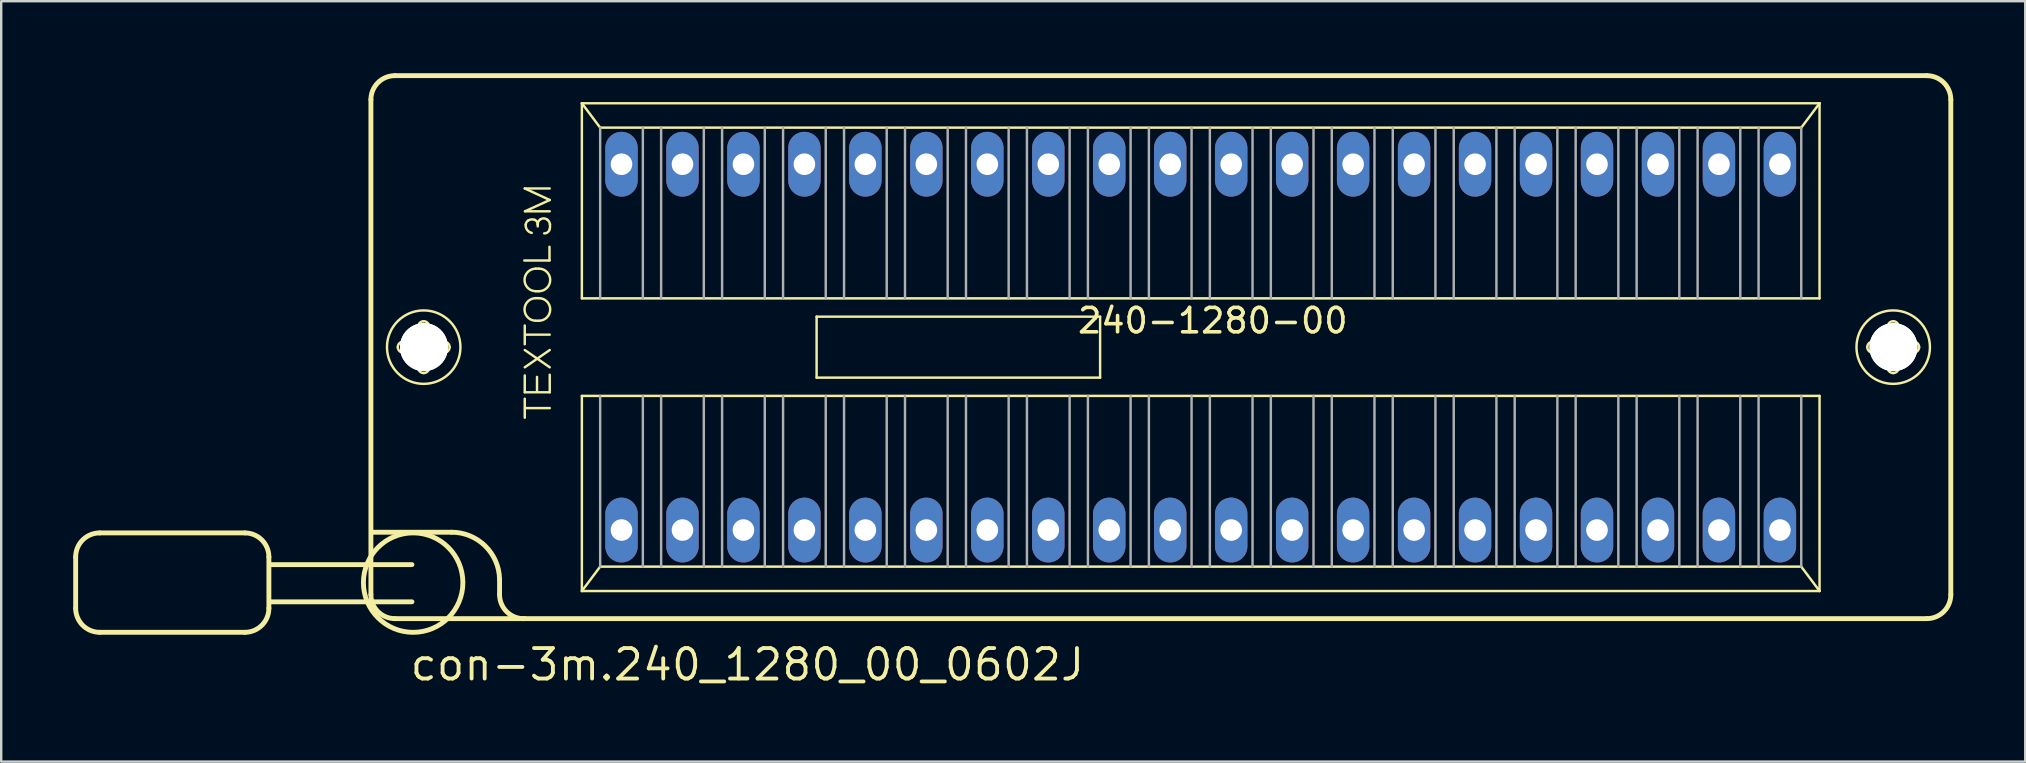
<source format=kicad_pcb>
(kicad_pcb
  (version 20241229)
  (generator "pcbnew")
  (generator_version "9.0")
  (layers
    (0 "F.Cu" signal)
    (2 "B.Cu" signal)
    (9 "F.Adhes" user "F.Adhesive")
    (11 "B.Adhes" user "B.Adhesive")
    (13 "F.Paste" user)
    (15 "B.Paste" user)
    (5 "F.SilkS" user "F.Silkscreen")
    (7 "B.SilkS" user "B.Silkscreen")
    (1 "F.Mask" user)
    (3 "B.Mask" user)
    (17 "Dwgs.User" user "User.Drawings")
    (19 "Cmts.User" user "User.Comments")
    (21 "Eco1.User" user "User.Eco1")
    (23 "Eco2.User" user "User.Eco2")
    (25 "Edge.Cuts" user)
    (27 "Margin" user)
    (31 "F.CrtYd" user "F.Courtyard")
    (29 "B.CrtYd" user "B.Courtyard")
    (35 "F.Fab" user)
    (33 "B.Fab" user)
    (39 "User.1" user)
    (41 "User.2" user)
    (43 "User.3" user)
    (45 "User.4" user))
  (footprint "con-3m.240_1280_00_0602J"
    (layer "F.Cu")
    (at 46.972 11.412)
    (property "Reference" "con-3m.240_1280_00_0602J" (at -33.02 13.97 0) (layer "F.SilkS") (effects (font (size 1.27 1.27) (thickness 0.16)) (justify left bottom)))
    (attr through_hole)
    (fp_line (start -46.87 8.74) (end -46.87 10.88) (stroke (width 0.203) (type default)) (layer "F.SilkS"))
    (fp_line (start -45.87 7.74) (end -39.82 7.74) (stroke (width 0.203) (type default)) (layer "F.SilkS"))
    (fp_line (start -39.82 11.88) (end -45.87 11.88) (stroke (width 0.203) (type default)) (layer "F.SilkS"))
    (fp_line (start -38.82 8.74) (end -38.82 10.88) (stroke (width 0.203) (type default)) (layer "F.SilkS"))
    (fp_line (start -34.57 10.31) (end -34.57 -10.31) (stroke (width 0.203) (type default)) (layer "F.SilkS"))
    (fp_line (start -34.46 7.71) (end -31.21 7.71) (stroke (width 0.203) (type default)) (layer "F.SilkS"))
    (fp_line (start -33.57 -11.31) (end 30.25 -11.31) (stroke (width 0.203) (type default)) (layer "F.SilkS"))
    (fp_line (start -33.22 -0.23) (end -32.67 -0.23) (stroke (width 0.102) (type default)) (layer "F.SilkS"))
    (fp_line (start -32.86 9.06) (end -38.77 9.06) (stroke (width 0.203) (type default)) (layer "F.SilkS"))
    (fp_line (start -32.86 10.61) (end -38.77 10.61) (stroke (width 0.203) (type default)) (layer "F.SilkS"))
    (fp_line (start -32.68 0.23) (end -33.22 0.23) (stroke (width 0.102) (type default)) (layer "F.SilkS"))
    (fp_line (start -32.6 -0.31) (end -32.6 -0.85) (stroke (width 0.102) (type default)) (layer "F.SilkS"))
    (fp_line (start -32.6 0.85) (end -32.6 0.3) (stroke (width 0.102) (type default)) (layer "F.SilkS"))
    (fp_line (start -32.14 -0.85) (end -32.14 -0.3) (stroke (width 0.102) (type default)) (layer "F.SilkS"))
    (fp_line (start -32.14 0.31) (end -32.14 0.85) (stroke (width 0.102) (type default)) (layer "F.SilkS"))
    (fp_line (start -32.06 -0.23) (end -31.52 -0.23) (stroke (width 0.102) (type default)) (layer "F.SilkS"))
    (fp_line (start -31.52 0.23) (end -32.07 0.23) (stroke (width 0.102) (type default)) (layer "F.SilkS"))
    (fp_line (start -29.21 9.66) (end -29.21 10.31) (stroke (width 0.203) (type default)) (layer "F.SilkS"))
    (fp_line (start -28.18 -3.61) (end -27.13 -3.61) (stroke (width 0.102) (type default)) (layer "F.SilkS"))
    (fp_line (start -28.16 -6.61) (end -27.12 -6.61) (stroke (width 0.102) (type default)) (layer "F.SilkS"))
    (fp_line (start -28.16 -0.12) (end -28.16 -0.9) (stroke (width 0.102) (type default)) (layer "F.SilkS"))
    (fp_line (start -28.16 0.12) (end -27.12 0.84) (stroke (width 0.102) (type default)) (layer "F.SilkS"))
    (fp_line (start -28.16 0.84) (end -27.12 0.12) (stroke (width 0.102) (type default)) (layer "F.SilkS"))
    (fp_line (start -28.16 1.18) (end -28.16 1.88) (stroke (width 0.102) (type default)) (layer "F.SilkS"))
    (fp_line (start -28.16 1.88) (end -27.12 1.88) (stroke (width 0.102) (type default)) (layer "F.SilkS"))
    (fp_line (start -28.16 2.94) (end -28.16 2.15) (stroke (width 0.102) (type default)) (layer "F.SilkS"))
    (fp_line (start -28.15 -5.66) (end -27.12 -6.13) (stroke (width 0.102) (type default)) (layer "F.SilkS"))
    (fp_line (start -28.15 2.54) (end -27.12 2.54) (stroke (width 0.102) (type default)) (layer "F.SilkS"))
    (fp_line (start -28.14 -0.52) (end -27.12 -0.52) (stroke (width 0.102) (type default)) (layer "F.SilkS"))
    (fp_line (start -27.7 -3.27) (end -27.57 -3.27) (stroke (width 0.102) (type default)) (layer "F.SilkS"))
    (fp_line (start -27.7 -2.33) (end -27.57 -2.33) (stroke (width 0.102) (type default)) (layer "F.SilkS"))
    (fp_line (start -27.7 -2.04) (end -27.57 -2.04) (stroke (width 0.102) (type default)) (layer "F.SilkS"))
    (fp_line (start -27.7 -1.1) (end -27.57 -1.1) (stroke (width 0.102) (type default)) (layer "F.SilkS"))
    (fp_line (start -27.65 1.24) (end -27.65 1.84) (stroke (width 0.102) (type default)) (layer "F.SilkS"))
    (fp_line (start -27.62 -5.03) (end -27.62 -5.12) (stroke (width 0.102) (type default)) (layer "F.SilkS"))
    (fp_line (start -27.13 -3.61) (end -27.13 -4.18) (stroke (width 0.102) (type default)) (layer "F.SilkS"))
    (fp_line (start -27.12 -6.13) (end -28.16 -6.61) (stroke (width 0.102) (type default)) (layer "F.SilkS"))
    (fp_line (start -27.12 -5.66) (end -28.15 -5.66) (stroke (width 0.102) (type default)) (layer "F.SilkS"))
    (fp_line (start -27.12 1.88) (end -27.12 1.15) (stroke (width 0.102) (type default)) (layer "F.SilkS"))
    (fp_line (start -25.781 -10.16) (end 25.781 -10.16) (stroke (width 0.102) (type default)) (layer "F.SilkS"))
    (fp_line (start -25.781 -2.032) (end -25.781 -10.16) (stroke (width 0.102) (type default)) (layer "F.SilkS"))
    (fp_line (start -25.781 2.032) (end 25.781 2.032) (stroke (width 0.102) (type default)) (layer "F.SilkS"))
    (fp_line (start -25.781 10.16) (end -25.781 2.032) (stroke (width 0.102) (type default)) (layer "F.SilkS"))
    (fp_line (start -25.781 10.16) (end -25.019 9.144) (stroke (width 0.102) (type default)) (layer "F.SilkS"))
    (fp_line (start -25.019 -9.144) (end -25.781 -10.16) (stroke (width 0.102) (type default)) (layer "F.SilkS"))
    (fp_line (start -25.019 9.144) (end 25.019 9.144) (stroke (width 0.102) (type default)) (layer "F.SilkS"))
    (fp_line (start -16.002 -1.27) (end -4.191 -1.27) (stroke (width 0.102) (type default)) (layer "F.SilkS"))
    (fp_line (start -16.002 1.27) (end -16.002 -1.27) (stroke (width 0.102) (type default)) (layer "F.SilkS"))
    (fp_line (start -4.191 -1.27) (end -4.191 1.27) (stroke (width 0.102) (type default)) (layer "F.SilkS"))
    (fp_line (start -4.191 1.27) (end -16.002 1.27) (stroke (width 0.102) (type default)) (layer "F.SilkS"))
    (fp_line (start 25.019 -9.144) (end -25.019 -9.144) (stroke (width 0.102) (type default)) (layer "F.SilkS"))
    (fp_line (start 25.019 9.144) (end 25.781 10.16) (stroke (width 0.102) (type default)) (layer "F.SilkS"))
    (fp_line (start 25.781 -10.16) (end 25.019 -9.144) (stroke (width 0.102) (type default)) (layer "F.SilkS"))
    (fp_line (start 25.781 -10.16) (end 25.781 -2.032) (stroke (width 0.102) (type default)) (layer "F.SilkS"))
    (fp_line (start 25.781 -2.032) (end -25.781 -2.032) (stroke (width 0.102) (type default)) (layer "F.SilkS"))
    (fp_line (start 25.781 2.032) (end 25.781 10.16) (stroke (width 0.102) (type default)) (layer "F.SilkS"))
    (fp_line (start 25.781 10.16) (end -25.781 10.16) (stroke (width 0.102) (type default)) (layer "F.SilkS"))
    (fp_line (start 28 -0.23) (end 28.55 -0.23) (stroke (width 0.102) (type default)) (layer "F.SilkS"))
    (fp_line (start 28.54 0.23) (end 28 0.23) (stroke (width 0.102) (type default)) (layer "F.SilkS"))
    (fp_line (start 28.62 -0.31) (end 28.62 -0.85) (stroke (width 0.102) (type default)) (layer "F.SilkS"))
    (fp_line (start 28.62 0.85) (end 28.62 0.3) (stroke (width 0.102) (type default)) (layer "F.SilkS"))
    (fp_line (start 29.08 -0.85) (end 29.08 -0.3) (stroke (width 0.102) (type default)) (layer "F.SilkS"))
    (fp_line (start 29.08 0.31) (end 29.08 0.85) (stroke (width 0.102) (type default)) (layer "F.SilkS"))
    (fp_line (start 29.16 -0.23) (end 29.7 -0.23) (stroke (width 0.102) (type default)) (layer "F.SilkS"))
    (fp_line (start 29.7 0.23) (end 29.15 0.23) (stroke (width 0.102) (type default)) (layer "F.SilkS"))
    (fp_line (start 30.25 11.31) (end -33.57 11.31) (stroke (width 0.203) (type default)) (layer "F.SilkS"))
    (fp_line (start 31.25 -10.31) (end 31.25 10.31) (stroke (width 0.203) (type default)) (layer "F.SilkS"))
    (fp_arc (start -46.87 8.74) (mid -46.577107 8.032893) (end -45.87 7.74) (stroke (width 0.2032) (type default)) (layer "F.SilkS"))
    (fp_arc (start -45.87 11.88) (mid -46.577107 11.587107) (end -46.87 10.88) (stroke (width 0.2032) (type default)) (layer "F.SilkS"))
    (fp_arc (start -39.82 7.74) (mid -39.112893 8.032893) (end -38.82 8.74) (stroke (width 0.2032) (type default)) (layer "F.SilkS"))
    (fp_arc (start -38.82 10.88) (mid -39.112893 11.587107) (end -39.82 11.88) (stroke (width 0.2032) (type default)) (layer "F.SilkS"))
    (fp_arc (start -34.57 -10.31) (mid -34.277107 -11.017107) (end -33.57 -11.31) (stroke (width 0.2032) (type default)) (layer "F.SilkS"))
    (fp_arc (start -33.57 11.31) (mid -34.277107 11.017107) (end -34.57 10.31) (stroke (width 0.2032) (type default)) (layer "F.SilkS"))
    (fp_arc (start -33.45 0) (mid -33.382635 -0.162635) (end -33.22 -0.23) (stroke (width 0.1016) (type default)) (layer "F.SilkS"))
    (fp_arc (start -33.22 0.23) (mid -33.382635 0.162635) (end -33.45 0) (stroke (width 0.1016) (type default)) (layer "F.SilkS"))
    (fp_arc (start -32.68 0.23) (mid -32.630503 0.250503) (end -32.61 0.3) (stroke (width 0.1016) (type default)) (layer "F.SilkS"))
    (fp_arc (start -32.6 -0.85) (mid -32.532635 -1.012635) (end -32.37 -1.08) (stroke (width 0.1016) (type default)) (layer "F.SilkS"))
    (fp_arc (start -32.6 -0.3) (mid -32.620503 -0.250503) (end -32.67 -0.23) (stroke (width 0.1016) (type default)) (layer "F.SilkS"))
    (fp_arc (start -32.37 -1.08) (mid -32.207365 -1.012635) (end -32.14 -0.85) (stroke (width 0.1016) (type default)) (layer "F.SilkS"))
    (fp_arc (start -32.37 1.08) (mid -32.532635 1.012635) (end -32.6 0.85) (stroke (width 0.1016) (type default)) (layer "F.SilkS"))
    (fp_arc (start -32.14 0.3) (mid -32.119497 0.250503) (end -32.07 0.23) (stroke (width 0.1016) (type default)) (layer "F.SilkS"))
    (fp_arc (start -32.14 0.85) (mid -32.207365 1.012635) (end -32.37 1.08) (stroke (width 0.1016) (type default)) (layer "F.SilkS"))
    (fp_arc (start -32.07 -0.23) (mid -32.119497 -0.250503) (end -32.14 -0.3) (stroke (width 0.1016) (type default)) (layer "F.SilkS"))
    (fp_arc (start -31.52 -0.23) (mid -31.357365 -0.162635) (end -31.29 0) (stroke (width 0.1016) (type default)) (layer "F.SilkS"))
    (fp_arc (start -31.29 0) (mid -31.357365 0.162635) (end -31.52 0.23) (stroke (width 0.1016) (type default)) (layer "F.SilkS"))
    (fp_arc (start -31.21 7.71) (mid -29.813341 8.27817) (end -29.21 9.66) (stroke (width 0.2032) (type default)) (layer "F.SilkS"))
    (fp_arc (start -28.16 11.31) (mid -28.899286 11.035) (end -29.21 10.31) (stroke (width 0.2032) (type default)) (layer "F.SilkS"))
    (fp_arc (start -28.12 -5.11) (mid -28.084621 -5.207696) (end -28.01 -5.28) (stroke (width 0.1016) (type default)) (layer "F.SilkS"))
    (fp_arc (start -28.01 -5.28) (mid -27.877382 -5.322157) (end -27.74 -5.3) (stroke (width 0.1016) (type default)) (layer "F.SilkS"))
    (fp_arc (start -27.87 -4.76) (mid -28.06297 -4.88645) (end -28.12 -5.11) (stroke (width 0.1016) (type default)) (layer "F.SilkS"))
    (fp_arc (start -27.74 -5.3) (mid -27.65275 -5.228167) (end -27.62 -5.12) (stroke (width 0.1016) (type default)) (layer "F.SilkS"))
    (fp_arc (start -27.7 -2.33) (mid -28.17 -2.8) (end -27.7 -3.27) (stroke (width 0.1016) (type default)) (layer "F.SilkS"))
    (fp_arc (start -27.7 -1.1) (mid -28.17 -1.57) (end -27.7 -2.04) (stroke (width 0.1016) (type default)) (layer "F.SilkS"))
    (fp_arc (start -27.62 -5.12) (mid -27.587891 -5.240938) (end -27.5 -5.33) (stroke (width 0.1016) (type default)) (layer "F.SilkS"))
    (fp_arc (start -27.57 -3.27) (mid -27.1 -2.8) (end -27.57 -2.33) (stroke (width 0.1016) (type default)) (layer "F.SilkS"))
    (fp_arc (start -27.57 -2.04) (mid -27.1 -1.57) (end -27.57 -1.1) (stroke (width 0.1016) (type default)) (layer "F.SilkS"))
    (fp_arc (start -27.5 -5.33) (mid -27.356886 -5.363595) (end -27.22 -5.31) (stroke (width 0.1016) (type default)) (layer "F.SilkS"))
    (fp_arc (start -27.22 -5.31) (mid -27.145084 -5.220954) (end -27.11 -5.11) (stroke (width 0.1016) (type default)) (layer "F.SilkS"))
    (fp_arc (start -27.12 -4.92) (mid -27.202524 -4.788503) (end -27.35 -4.74) (stroke (width 0.1016) (type default)) (layer "F.SilkS"))
    (fp_arc (start -27.11 -5.11) (mid -27.107277 -5.014594) (end -27.12 -4.92) (stroke (width 0.1016) (type default)) (layer "F.SilkS"))
    (fp_arc (start 27.77 0) (mid 27.837365 -0.162635) (end 28 -0.23) (stroke (width 0.1016) (type default)) (layer "F.SilkS"))
    (fp_arc (start 28 0.23) (mid 27.837365 0.162635) (end 27.77 0) (stroke (width 0.1016) (type default)) (layer "F.SilkS"))
    (fp_arc (start 28.54 0.23) (mid 28.589497 0.250503) (end 28.61 0.3) (stroke (width 0.1016) (type default)) (layer "F.SilkS"))
    (fp_arc (start 28.62 -0.85) (mid 28.687365 -1.012635) (end 28.85 -1.08) (stroke (width 0.1016) (type default)) (layer "F.SilkS"))
    (fp_arc (start 28.62 -0.3) (mid 28.599497 -0.250503) (end 28.55 -0.23) (stroke (width 0.1016) (type default)) (layer "F.SilkS"))
    (fp_arc (start 28.85 -1.08) (mid 29.012635 -1.012635) (end 29.08 -0.85) (stroke (width 0.1016) (type default)) (layer "F.SilkS"))
    (fp_arc (start 28.85 1.08) (mid 28.687365 1.012635) (end 28.62 0.85) (stroke (width 0.1016) (type default)) (layer "F.SilkS"))
    (fp_arc (start 29.08 0.3) (mid 29.100503 0.250503) (end 29.15 0.23) (stroke (width 0.1016) (type default)) (layer "F.SilkS"))
    (fp_arc (start 29.08 0.85) (mid 29.012635 1.012635) (end 28.85 1.08) (stroke (width 0.1016) (type default)) (layer "F.SilkS"))
    (fp_arc (start 29.15 -0.23) (mid 29.100503 -0.250503) (end 29.08 -0.3) (stroke (width 0.1016) (type default)) (layer "F.SilkS"))
    (fp_arc (start 29.7 -0.23) (mid 29.862635 -0.162635) (end 29.93 0) (stroke (width 0.1016) (type default)) (layer "F.SilkS"))
    (fp_arc (start 29.93 0) (mid 29.862635 0.162635) (end 29.7 0.23) (stroke (width 0.1016) (type default)) (layer "F.SilkS"))
    (fp_arc (start 30.25 -11.31) (mid 30.957107 -11.017107) (end 31.25 -10.31) (stroke (width 0.2032) (type default)) (layer "F.SilkS"))
    (fp_arc (start 31.25 10.31) (mid 30.957107 11.017107) (end 30.25 11.31) (stroke (width 0.2032) (type default)) (layer "F.SilkS"))
    (fp_circle (center -32.81 9.81) (end -30.738 9.81) (stroke (width 0.203) (type default)) (fill no) (layer "F.SilkS"))
    (fp_circle (center -32.37 0) (end -30.84 0) (stroke (width 0.102) (type default)) (fill no) (layer "F.SilkS"))
    (fp_circle (center 28.85 0) (end 30.38 0) (stroke (width 0.102) (type default)) (fill no) (layer "F.SilkS"))
    (fp_line (start -25.019 -9.144) (end -25.019 -2.032) (stroke (width 0.102) (type default)) (layer "F.Fab"))
    (fp_line (start -25.019 2.032) (end -25.019 9.144) (stroke (width 0.102) (type default)) (layer "F.Fab"))
    (fp_line (start -23.241 -2.032) (end -23.241 -9.144) (stroke (width 0.102) (type default)) (layer "F.Fab"))
    (fp_line (start -23.241 2.032) (end -23.241 9.144) (stroke (width 0.102) (type default)) (layer "F.Fab"))
    (fp_line (start -22.479 -2.032) (end -22.479 -9.144) (stroke (width 0.102) (type default)) (layer "F.Fab"))
    (fp_line (start -22.479 2.032) (end -22.479 9.144) (stroke (width 0.102) (type default)) (layer "F.Fab"))
    (fp_line (start -20.701 -2.032) (end -20.701 -9.144) (stroke (width 0.102) (type default)) (layer "F.Fab"))
    (fp_line (start -20.701 2.032) (end -20.701 9.144) (stroke (width 0.102) (type default)) (layer "F.Fab"))
    (fp_line (start -19.939 -2.032) (end -19.939 -9.144) (stroke (width 0.102) (type default)) (layer "F.Fab"))
    (fp_line (start -19.939 2.032) (end -19.939 9.144) (stroke (width 0.102) (type default)) (layer "F.Fab"))
    (fp_line (start -18.161 -2.032) (end -18.161 -9.144) (stroke (width 0.102) (type default)) (layer "F.Fab"))
    (fp_line (start -18.161 2.032) (end -18.161 9.144) (stroke (width 0.102) (type default)) (layer "F.Fab"))
    (fp_line (start -17.399 -2.032) (end -17.399 -9.144) (stroke (width 0.102) (type default)) (layer "F.Fab"))
    (fp_line (start -17.399 2.032) (end -17.399 9.144) (stroke (width 0.102) (type default)) (layer "F.Fab"))
    (fp_line (start -15.621 -2.032) (end -15.621 -9.144) (stroke (width 0.102) (type default)) (layer "F.Fab"))
    (fp_line (start -15.621 2.032) (end -15.621 9.144) (stroke (width 0.102) (type default)) (layer "F.Fab"))
    (fp_line (start -14.859 -2.032) (end -14.859 -9.144) (stroke (width 0.102) (type default)) (layer "F.Fab"))
    (fp_line (start -14.859 2.032) (end -14.859 9.144) (stroke (width 0.102) (type default)) (layer "F.Fab"))
    (fp_line (start -13.081 -2.032) (end -13.081 -9.144) (stroke (width 0.102) (type default)) (layer "F.Fab"))
    (fp_line (start -13.081 2.032) (end -13.081 9.144) (stroke (width 0.102) (type default)) (layer "F.Fab"))
    (fp_line (start -12.319 -2.032) (end -12.319 -9.144) (stroke (width 0.102) (type default)) (layer "F.Fab"))
    (fp_line (start -12.319 2.032) (end -12.319 9.144) (stroke (width 0.102) (type default)) (layer "F.Fab"))
    (fp_line (start -10.541 -2.032) (end -10.541 -9.144) (stroke (width 0.102) (type default)) (layer "F.Fab"))
    (fp_line (start -10.541 2.032) (end -10.541 9.144) (stroke (width 0.102) (type default)) (layer "F.Fab"))
    (fp_line (start -9.779 -2.032) (end -9.779 -9.144) (stroke (width 0.102) (type default)) (layer "F.Fab"))
    (fp_line (start -9.779 2.032) (end -9.779 9.144) (stroke (width 0.102) (type default)) (layer "F.Fab"))
    (fp_line (start -8.001 -2.032) (end -8.001 -9.144) (stroke (width 0.102) (type default)) (layer "F.Fab"))
    (fp_line (start -8.001 2.032) (end -8.001 9.144) (stroke (width 0.102) (type default)) (layer "F.Fab"))
    (fp_line (start -7.239 -2.032) (end -7.239 -9.144) (stroke (width 0.102) (type default)) (layer "F.Fab"))
    (fp_line (start -7.239 2.032) (end -7.239 9.144) (stroke (width 0.102) (type default)) (layer "F.Fab"))
    (fp_line (start -5.461 -2.032) (end -5.461 -9.144) (stroke (width 0.102) (type default)) (layer "F.Fab"))
    (fp_line (start -5.461 2.032) (end -5.461 9.144) (stroke (width 0.102) (type default)) (layer "F.Fab"))
    (fp_line (start -4.699 -2.032) (end -4.699 -9.144) (stroke (width 0.102) (type default)) (layer "F.Fab"))
    (fp_line (start -4.699 2.032) (end -4.699 9.144) (stroke (width 0.102) (type default)) (layer "F.Fab"))
    (fp_line (start -2.921 -2.032) (end -2.921 -9.144) (stroke (width 0.102) (type default)) (layer "F.Fab"))
    (fp_line (start -2.921 2.032) (end -2.921 9.144) (stroke (width 0.102) (type default)) (layer "F.Fab"))
    (fp_line (start -2.159 -2.032) (end -2.159 -9.144) (stroke (width 0.102) (type default)) (layer "F.Fab"))
    (fp_line (start -2.159 2.032) (end -2.159 9.144) (stroke (width 0.102) (type default)) (layer "F.Fab"))
    (fp_line (start -0.381 -2.032) (end -0.381 -9.144) (stroke (width 0.102) (type default)) (layer "F.Fab"))
    (fp_line (start -0.381 2.032) (end -0.381 9.144) (stroke (width 0.102) (type default)) (layer "F.Fab"))
    (fp_line (start 0.381 -2.032) (end 0.381 -9.144) (stroke (width 0.102) (type default)) (layer "F.Fab"))
    (fp_line (start 0.381 2.032) (end 0.381 9.144) (stroke (width 0.102) (type default)) (layer "F.Fab"))
    (fp_line (start 2.159 -2.032) (end 2.159 -9.144) (stroke (width 0.102) (type default)) (layer "F.Fab"))
    (fp_line (start 2.159 2.032) (end 2.159 9.144) (stroke (width 0.102) (type default)) (layer "F.Fab"))
    (fp_line (start 2.921 -2.032) (end 2.921 -9.144) (stroke (width 0.102) (type default)) (layer "F.Fab"))
    (fp_line (start 2.921 2.032) (end 2.921 9.144) (stroke (width 0.102) (type default)) (layer "F.Fab"))
    (fp_line (start 4.699 -2.032) (end 4.699 -9.144) (stroke (width 0.102) (type default)) (layer "F.Fab"))
    (fp_line (start 4.699 2.032) (end 4.699 9.144) (stroke (width 0.102) (type default)) (layer "F.Fab"))
    (fp_line (start 5.461 -2.032) (end 5.461 -9.144) (stroke (width 0.102) (type default)) (layer "F.Fab"))
    (fp_line (start 5.461 2.032) (end 5.461 9.144) (stroke (width 0.102) (type default)) (layer "F.Fab"))
    (fp_line (start 7.239 -2.032) (end 7.239 -9.144) (stroke (width 0.102) (type default)) (layer "F.Fab"))
    (fp_line (start 7.239 2.032) (end 7.239 9.144) (stroke (width 0.102) (type default)) (layer "F.Fab"))
    (fp_line (start 8.001 -2.032) (end 8.001 -9.144) (stroke (width 0.102) (type default)) (layer "F.Fab"))
    (fp_line (start 8.001 2.032) (end 8.001 9.144) (stroke (width 0.102) (type default)) (layer "F.Fab"))
    (fp_line (start 9.779 -2.032) (end 9.779 -9.144) (stroke (width 0.102) (type default)) (layer "F.Fab"))
    (fp_line (start 9.779 2.032) (end 9.779 9.144) (stroke (width 0.102) (type default)) (layer "F.Fab"))
    (fp_line (start 10.541 -2.032) (end 10.541 -9.144) (stroke (width 0.102) (type default)) (layer "F.Fab"))
    (fp_line (start 10.541 2.032) (end 10.541 9.144) (stroke (width 0.102) (type default)) (layer "F.Fab"))
    (fp_line (start 12.319 -2.032) (end 12.319 -9.144) (stroke (width 0.102) (type default)) (layer "F.Fab"))
    (fp_line (start 12.319 2.032) (end 12.319 9.144) (stroke (width 0.102) (type default)) (layer "F.Fab"))
    (fp_line (start 13.081 -2.032) (end 13.081 -9.144) (stroke (width 0.102) (type default)) (layer "F.Fab"))
    (fp_line (start 13.081 2.032) (end 13.081 9.144) (stroke (width 0.102) (type default)) (layer "F.Fab"))
    (fp_line (start 14.859 -2.032) (end 14.859 -9.144) (stroke (width 0.102) (type default)) (layer "F.Fab"))
    (fp_line (start 14.859 2.032) (end 14.859 9.144) (stroke (width 0.102) (type default)) (layer "F.Fab"))
    (fp_line (start 15.621 -2.032) (end 15.621 -9.144) (stroke (width 0.102) (type default)) (layer "F.Fab"))
    (fp_line (start 15.621 2.032) (end 15.621 9.144) (stroke (width 0.102) (type default)) (layer "F.Fab"))
    (fp_line (start 17.399 -2.032) (end 17.399 -9.144) (stroke (width 0.102) (type default)) (layer "F.Fab"))
    (fp_line (start 17.399 2.032) (end 17.399 9.144) (stroke (width 0.102) (type default)) (layer "F.Fab"))
    (fp_line (start 18.161 -2.032) (end 18.161 -9.144) (stroke (width 0.102) (type default)) (layer "F.Fab"))
    (fp_line (start 18.161 2.032) (end 18.161 9.144) (stroke (width 0.102) (type default)) (layer "F.Fab"))
    (fp_line (start 19.939 -2.032) (end 19.939 -9.144) (stroke (width 0.102) (type default)) (layer "F.Fab"))
    (fp_line (start 19.939 2.032) (end 19.939 9.144) (stroke (width 0.102) (type default)) (layer "F.Fab"))
    (fp_line (start 20.701 -2.032) (end 20.701 -9.144) (stroke (width 0.102) (type default)) (layer "F.Fab"))
    (fp_line (start 20.701 2.032) (end 20.701 9.144) (stroke (width 0.102) (type default)) (layer "F.Fab"))
    (fp_line (start 22.479 -2.032) (end 22.479 -9.144) (stroke (width 0.102) (type default)) (layer "F.Fab"))
    (fp_line (start 22.479 2.032) (end 22.479 9.144) (stroke (width 0.102) (type default)) (layer "F.Fab"))
    (fp_line (start 23.241 -2.032) (end 23.241 -9.144) (stroke (width 0.102) (type default)) (layer "F.Fab"))
    (fp_line (start 23.241 2.032) (end 23.241 9.144) (stroke (width 0.102) (type default)) (layer "F.Fab"))
    (fp_line (start 25.019 -2.032) (end 25.019 -9.144) (stroke (width 0.102) (type default)) (layer "F.Fab"))
    (fp_line (start 25.019 9.144) (end 25.019 2.032) (stroke (width 0.102) (type default)) (layer "F.Fab"))
    (fp_text user "240-1280-00" (at -5.207 -0.508 180) (layer "F.SilkS") (effects (font (size 1.016 1.016) (thickness 0.15)) (justify left bottom)))
    (pad "" np_thru_hole circle (at -32.36 0) (size 2 2) (drill 2) (layers "*.Cu" "*.Mask"))
    (pad "" np_thru_hole circle (at -32.36 0) (size 2 2) (drill 2) (layers "*.Cu" "*.Mask"))
    (pad "" np_thru_hole circle (at 28.86 0) (size 2 2) (drill 2) (layers "*.Cu" "*.Mask"))
    (pad "" np_thru_hole circle (at 28.86 0) (size 2 2) (drill 2) (layers "*.Cu" "*.Mask"))
    (pad "1" thru_hole oval (at -24.13 7.62 90) (size 2.7 1.35) (drill 0.9) (layers "*.Cu" "*.Mask"))
    (pad "2" thru_hole oval (at -21.59 7.62 90) (size 2.7 1.35) (drill 0.9) (layers "*.Cu" "*.Mask"))
    (pad "3" thru_hole oval (at -19.05 7.62 90) (size 2.7 1.35) (drill 0.9) (layers "*.Cu" "*.Mask"))
    (pad "4" thru_hole oval (at -16.51 7.62 90) (size 2.7 1.35) (drill 0.9) (layers "*.Cu" "*.Mask"))
    (pad "5" thru_hole oval (at -13.97 7.62 90) (size 2.7 1.35) (drill 0.9) (layers "*.Cu" "*.Mask"))
    (pad "6" thru_hole oval (at -11.43 7.62 90) (size 2.7 1.35) (drill 0.9) (layers "*.Cu" "*.Mask"))
    (pad "7" thru_hole oval (at -8.89 7.62 90) (size 2.7 1.35) (drill 0.9) (layers "*.Cu" "*.Mask"))
    (pad "8" thru_hole oval (at -6.35 7.62 90) (size 2.7 1.35) (drill 0.9) (layers "*.Cu" "*.Mask"))
    (pad "9" thru_hole oval (at -3.81 7.62 90) (size 2.7 1.35) (drill 0.9) (layers "*.Cu" "*.Mask"))
    (pad "10" thru_hole oval (at -1.27 7.62 90) (size 2.7 1.35) (drill 0.9) (layers "*.Cu" "*.Mask"))
    (pad "11" thru_hole oval (at 1.27 7.62 90) (size 2.7 1.35) (drill 0.9) (layers "*.Cu" "*.Mask"))
    (pad "12" thru_hole oval (at 3.81 7.62 90) (size 2.7 1.35) (drill 0.9) (layers "*.Cu" "*.Mask"))
    (pad "13" thru_hole oval (at 6.35 7.62 90) (size 2.7 1.35) (drill 0.9) (layers "*.Cu" "*.Mask"))
    (pad "14" thru_hole oval (at 8.89 7.62 90) (size 2.7 1.35) (drill 0.9) (layers "*.Cu" "*.Mask"))
    (pad "15" thru_hole oval (at 11.43 7.62 90) (size 2.7 1.35) (drill 0.9) (layers "*.Cu" "*.Mask"))
    (pad "16" thru_hole oval (at 13.97 7.62 90) (size 2.7 1.35) (drill 0.9) (layers "*.Cu" "*.Mask"))
    (pad "17" thru_hole oval (at 16.51 7.62 90) (size 2.7 1.35) (drill 0.9) (layers "*.Cu" "*.Mask"))
    (pad "18" thru_hole oval (at 19.05 7.62 90) (size 2.7 1.35) (drill 0.9) (layers "*.Cu" "*.Mask"))
    (pad "19" thru_hole oval (at 21.59 7.62 90) (size 2.7 1.35) (drill 0.9) (layers "*.Cu" "*.Mask"))
    (pad "20" thru_hole oval (at 24.13 7.62 90) (size 2.7 1.35) (drill 0.9) (layers "*.Cu" "*.Mask"))
    (pad "21" thru_hole oval (at 24.13 -7.62 90) (size 2.7 1.35) (drill 0.9) (layers "*.Cu" "*.Mask"))
    (pad "22" thru_hole oval (at 21.59 -7.62 90) (size 2.7 1.35) (drill 0.9) (layers "*.Cu" "*.Mask"))
    (pad "23" thru_hole oval (at 19.05 -7.62 90) (size 2.7 1.35) (drill 0.9) (layers "*.Cu" "*.Mask"))
    (pad "24" thru_hole oval (at 16.51 -7.62 90) (size 2.7 1.35) (drill 0.9) (layers "*.Cu" "*.Mask"))
    (pad "25" thru_hole oval (at 13.97 -7.62 90) (size 2.7 1.35) (drill 0.9) (layers "*.Cu" "*.Mask"))
    (pad "26" thru_hole oval (at 11.43 -7.62 90) (size 2.7 1.35) (drill 0.9) (layers "*.Cu" "*.Mask"))
    (pad "27" thru_hole oval (at 8.89 -7.62 90) (size 2.7 1.35) (drill 0.9) (layers "*.Cu" "*.Mask"))
    (pad "28" thru_hole oval (at 6.35 -7.62 90) (size 2.7 1.35) (drill 0.9) (layers "*.Cu" "*.Mask"))
    (pad "29" thru_hole oval (at 3.81 -7.62 90) (size 2.7 1.35) (drill 0.9) (layers "*.Cu" "*.Mask"))
    (pad "30" thru_hole oval (at 1.27 -7.62 90) (size 2.7 1.35) (drill 0.9) (layers "*.Cu" "*.Mask"))
    (pad "31" thru_hole oval (at -1.27 -7.62 90) (size 2.7 1.35) (drill 0.9) (layers "*.Cu" "*.Mask"))
    (pad "32" thru_hole oval (at -3.81 -7.62 90) (size 2.7 1.35) (drill 0.9) (layers "*.Cu" "*.Mask"))
    (pad "33" thru_hole oval (at -6.35 -7.62 90) (size 2.7 1.35) (drill 0.9) (layers "*.Cu" "*.Mask"))
    (pad "34" thru_hole oval (at -8.89 -7.62 90) (size 2.7 1.35) (drill 0.9) (layers "*.Cu" "*.Mask"))
    (pad "35" thru_hole oval (at -11.43 -7.62 90) (size 2.7 1.35) (drill 0.9) (layers "*.Cu" "*.Mask"))
    (pad "36" thru_hole oval (at -13.97 -7.62 90) (size 2.7 1.35) (drill 0.9) (layers "*.Cu" "*.Mask"))
    (pad "37" thru_hole oval (at -16.51 -7.62 90) (size 2.7 1.35) (drill 0.9) (layers "*.Cu" "*.Mask"))
    (pad "38" thru_hole oval (at -19.05 -7.62 90) (size 2.7 1.35) (drill 0.9) (layers "*.Cu" "*.Mask"))
    (pad "39" thru_hole oval (at -21.59 -7.62 90) (size 2.7 1.35) (drill 0.9) (layers "*.Cu" "*.Mask"))
    (pad "40" thru_hole oval (at -24.13 -7.62 90) (size 2.7 1.35) (drill 0.9) (layers "*.Cu" "*.Mask")))
  (gr_rect
    (start -3 -3)
    (end 81.323 28.679)
    (stroke (width 0.1) (type default))
    (fill no)
    (layer "Edge.Cuts")))
</source>
